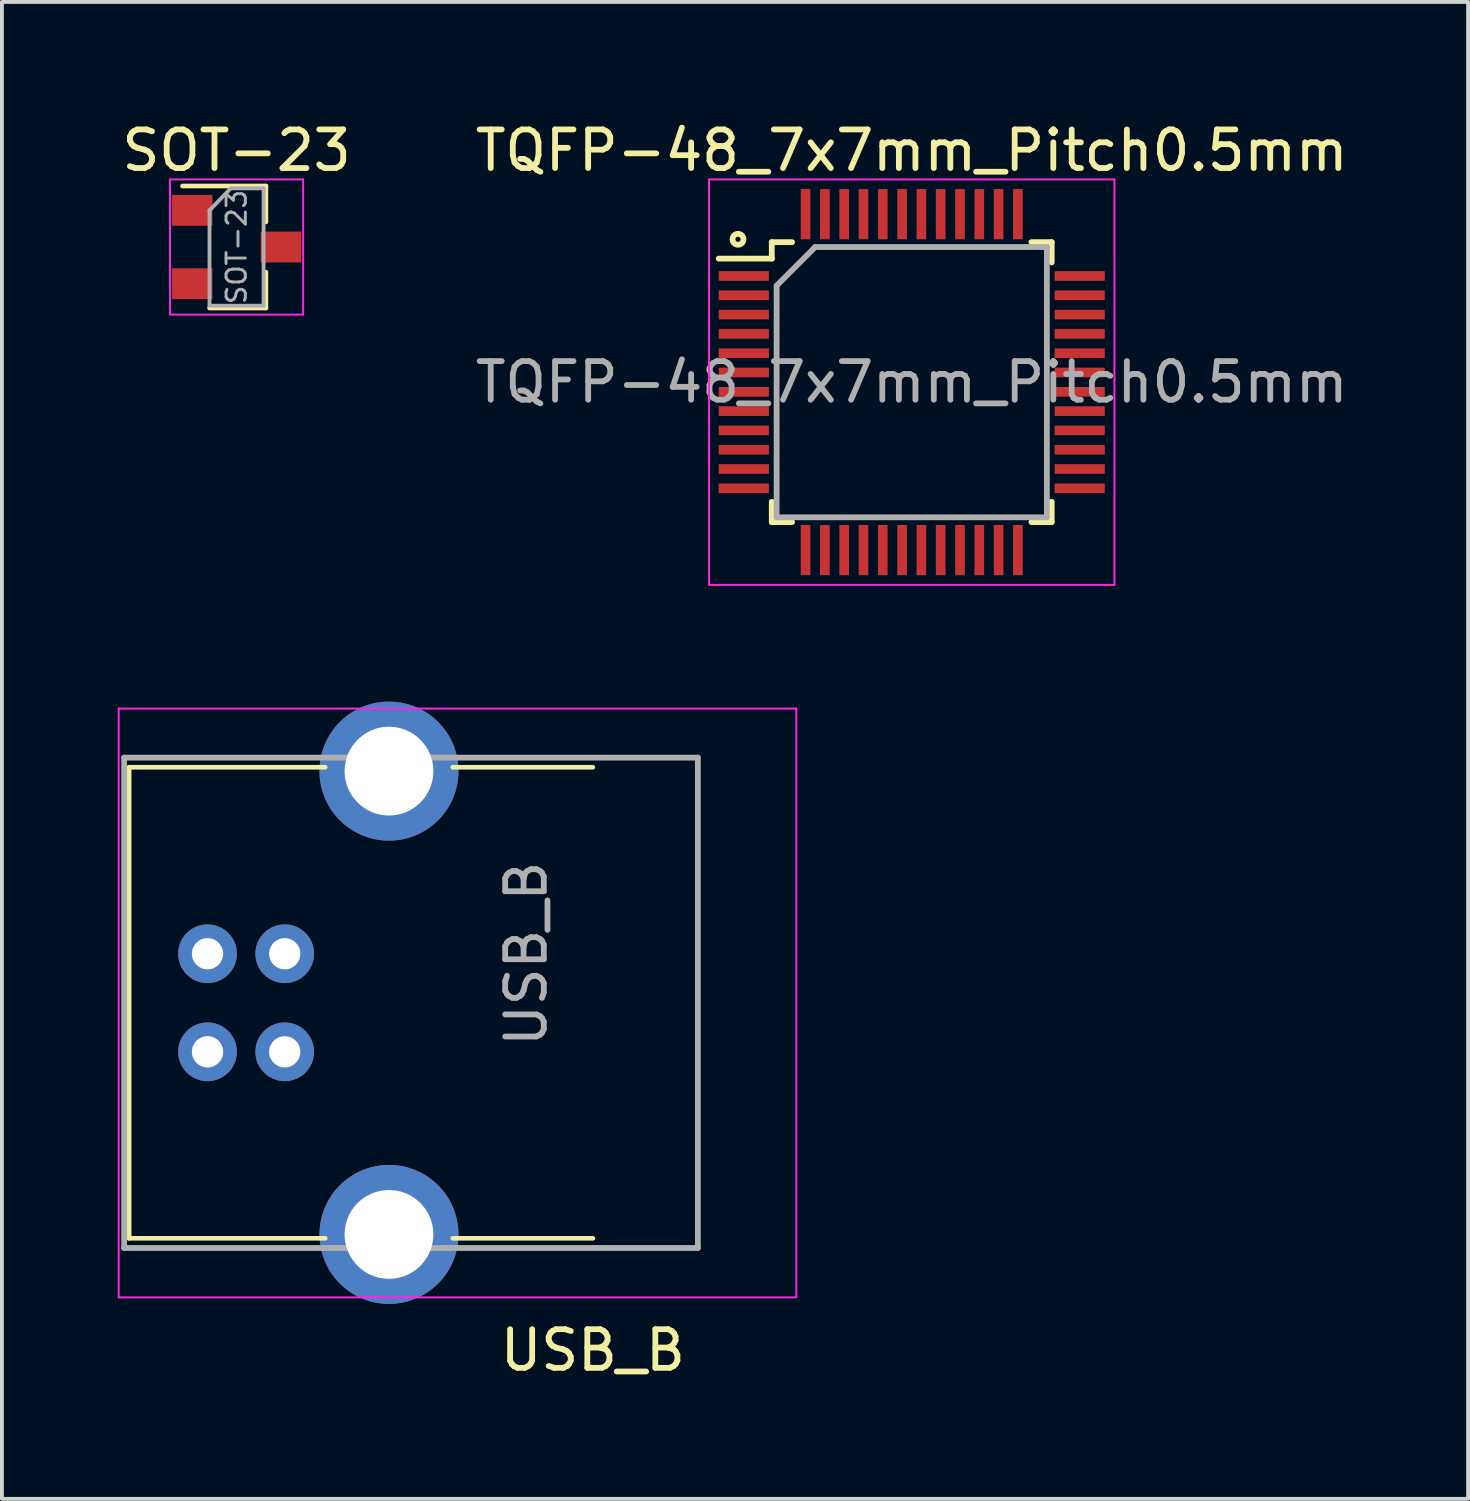
<source format=kicad_pcb>
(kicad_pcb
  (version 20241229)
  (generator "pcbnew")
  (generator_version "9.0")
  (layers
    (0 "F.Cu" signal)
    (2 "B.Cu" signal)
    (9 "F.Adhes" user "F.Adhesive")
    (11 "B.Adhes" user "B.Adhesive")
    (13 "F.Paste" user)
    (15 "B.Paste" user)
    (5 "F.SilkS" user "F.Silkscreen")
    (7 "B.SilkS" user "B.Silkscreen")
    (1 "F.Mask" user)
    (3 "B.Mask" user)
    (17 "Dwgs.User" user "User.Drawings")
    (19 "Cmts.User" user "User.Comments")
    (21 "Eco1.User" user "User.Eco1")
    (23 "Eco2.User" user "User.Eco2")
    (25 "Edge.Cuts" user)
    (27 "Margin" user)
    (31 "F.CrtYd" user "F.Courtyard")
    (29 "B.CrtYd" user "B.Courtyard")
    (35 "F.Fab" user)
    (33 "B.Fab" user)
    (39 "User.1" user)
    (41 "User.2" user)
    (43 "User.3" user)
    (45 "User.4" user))
  (footprint "TQFP-48_7x7mm_Pitch0.5mm"
    (layer "F.Cu")
    (at 20.565 6.848)
    (property "Reference" "TQFP-48_7x7mm_Pitch0.5mm" (at 0 -6 0) (layer "F.SilkS") (effects (font (size 1 1) (thickness 0.15))))
    (attr smd)
    (fp_line (start -3.625 -3.625) (end -3.625 -3.2) (stroke (width 0.15) (type solid)) (layer "F.SilkS"))
    (fp_line (start -3.625 -3.625) (end -3.1 -3.625) (stroke (width 0.15) (type solid)) (layer "F.SilkS"))
    (fp_line (start -3.625 -3.2) (end -5 -3.2) (stroke (width 0.15) (type solid)) (layer "F.SilkS"))
    (fp_line (start -3.625 3.625) (end -3.625 3.1) (stroke (width 0.15) (type solid)) (layer "F.SilkS"))
    (fp_line (start -3.625 3.625) (end -3.1 3.625) (stroke (width 0.15) (type solid)) (layer "F.SilkS"))
    (fp_line (start 3.625 -3.625) (end 3.1 -3.625) (stroke (width 0.15) (type solid)) (layer "F.SilkS"))
    (fp_line (start 3.625 -3.625) (end 3.625 -3.1) (stroke (width 0.15) (type solid)) (layer "F.SilkS"))
    (fp_line (start 3.625 3.625) (end 3.1 3.625) (stroke (width 0.15) (type solid)) (layer "F.SilkS"))
    (fp_line (start 3.625 3.625) (end 3.625 3.1) (stroke (width 0.15) (type solid)) (layer "F.SilkS"))
    (fp_circle (center -4.5 -3.7) (end -4.4 -3.6) (stroke (width 0.15) (type solid)) (fill no) (layer "F.SilkS"))
    (fp_line (start -5.25 -5.25) (end -5.25 5.25) (stroke (width 0.05) (type solid)) (layer "F.CrtYd"))
    (fp_line (start -5.25 -5.25) (end 5.25 -5.25) (stroke (width 0.05) (type solid)) (layer "F.CrtYd"))
    (fp_line (start -5.25 5.25) (end 5.25 5.25) (stroke (width 0.05) (type solid)) (layer "F.CrtYd"))
    (fp_line (start 5.25 -5.25) (end 5.25 5.25) (stroke (width 0.05) (type solid)) (layer "F.CrtYd"))
    (fp_line (start -3.5 -2.5) (end -2.5 -3.5) (stroke (width 0.15) (type solid)) (layer "F.Fab"))
    (fp_line (start -3.5 3.5) (end -3.5 -2.5) (stroke (width 0.15) (type solid)) (layer "F.Fab"))
    (fp_line (start -2.5 -3.5) (end 3.5 -3.5) (stroke (width 0.15) (type solid)) (layer "F.Fab"))
    (fp_line (start 3.5 -3.5) (end 3.5 3.5) (stroke (width 0.15) (type solid)) (layer "F.Fab"))
    (fp_line (start 3.5 3.5) (end -3.5 3.5) (stroke (width 0.15) (type solid)) (layer "F.Fab"))
    (fp_text user "${REFERENCE}" (at 0 0 0) (layer "F.Fab") (effects (font (size 1 1) (thickness 0.15))))
    (pad "1" smd rect (at -4.35 -2.75) (size 1.3 0.25) (layers "F.Cu" "F.Mask" "F.Paste"))
    (pad "2" smd rect (at -4.35 -2.25) (size 1.3 0.25) (layers "F.Cu" "F.Mask" "F.Paste"))
    (pad "3" smd rect (at -4.35 -1.75) (size 1.3 0.25) (layers "F.Cu" "F.Mask" "F.Paste"))
    (pad "4" smd rect (at -4.35 -1.25) (size 1.3 0.25) (layers "F.Cu" "F.Mask" "F.Paste"))
    (pad "5" smd rect (at -4.35 -0.75) (size 1.3 0.25) (layers "F.Cu" "F.Mask" "F.Paste"))
    (pad "6" smd rect (at -4.35 -0.25) (size 1.3 0.25) (layers "F.Cu" "F.Mask" "F.Paste"))
    (pad "7" smd rect (at -4.35 0.25) (size 1.3 0.25) (layers "F.Cu" "F.Mask" "F.Paste"))
    (pad "8" smd rect (at -4.35 0.75) (size 1.3 0.25) (layers "F.Cu" "F.Mask" "F.Paste"))
    (pad "9" smd rect (at -4.35 1.25) (size 1.3 0.25) (layers "F.Cu" "F.Mask" "F.Paste"))
    (pad "10" smd rect (at -4.35 1.75) (size 1.3 0.25) (layers "F.Cu" "F.Mask" "F.Paste"))
    (pad "11" smd rect (at -4.35 2.25) (size 1.3 0.25) (layers "F.Cu" "F.Mask" "F.Paste"))
    (pad "12" smd rect (at -4.35 2.75) (size 1.3 0.25) (layers "F.Cu" "F.Mask" "F.Paste"))
    (pad "13" smd rect (at -2.75 4.35 90) (size 1.3 0.25) (layers "F.Cu" "F.Mask" "F.Paste"))
    (pad "14" smd rect (at -2.25 4.35 90) (size 1.3 0.25) (layers "F.Cu" "F.Mask" "F.Paste"))
    (pad "15" smd rect (at -1.75 4.35 90) (size 1.3 0.25) (layers "F.Cu" "F.Mask" "F.Paste"))
    (pad "16" smd rect (at -1.25 4.35 90) (size 1.3 0.25) (layers "F.Cu" "F.Mask" "F.Paste"))
    (pad "17" smd rect (at -0.75 4.35 90) (size 1.3 0.25) (layers "F.Cu" "F.Mask" "F.Paste"))
    (pad "18" smd rect (at -0.25 4.35 90) (size 1.3 0.25) (layers "F.Cu" "F.Mask" "F.Paste"))
    (pad "19" smd rect (at 0.25 4.35 90) (size 1.3 0.25) (layers "F.Cu" "F.Mask" "F.Paste"))
    (pad "20" smd rect (at 0.75 4.35 90) (size 1.3 0.25) (layers "F.Cu" "F.Mask" "F.Paste"))
    (pad "21" smd rect (at 1.25 4.35 90) (size 1.3 0.25) (layers "F.Cu" "F.Mask" "F.Paste"))
    (pad "22" smd rect (at 1.75 4.35 90) (size 1.3 0.25) (layers "F.Cu" "F.Mask" "F.Paste"))
    (pad "23" smd rect (at 2.25 4.35 90) (size 1.3 0.25) (layers "F.Cu" "F.Mask" "F.Paste"))
    (pad "24" smd rect (at 2.75 4.35 90) (size 1.3 0.25) (layers "F.Cu" "F.Mask" "F.Paste"))
    (pad "25" smd rect (at 4.35 2.75) (size 1.3 0.25) (layers "F.Cu" "F.Mask" "F.Paste"))
    (pad "26" smd rect (at 4.35 2.25) (size 1.3 0.25) (layers "F.Cu" "F.Mask" "F.Paste"))
    (pad "27" smd rect (at 4.35 1.75) (size 1.3 0.25) (layers "F.Cu" "F.Mask" "F.Paste"))
    (pad "28" smd rect (at 4.35 1.25) (size 1.3 0.25) (layers "F.Cu" "F.Mask" "F.Paste"))
    (pad "29" smd rect (at 4.35 0.75) (size 1.3 0.25) (layers "F.Cu" "F.Mask" "F.Paste"))
    (pad "30" smd rect (at 4.35 0.25) (size 1.3 0.25) (layers "F.Cu" "F.Mask" "F.Paste"))
    (pad "31" smd rect (at 4.35 -0.25) (size 1.3 0.25) (layers "F.Cu" "F.Mask" "F.Paste"))
    (pad "32" smd rect (at 4.35 -0.75) (size 1.3 0.25) (layers "F.Cu" "F.Mask" "F.Paste"))
    (pad "33" smd rect (at 4.35 -1.25) (size 1.3 0.25) (layers "F.Cu" "F.Mask" "F.Paste"))
    (pad "34" smd rect (at 4.35 -1.75) (size 1.3 0.25) (layers "F.Cu" "F.Mask" "F.Paste"))
    (pad "35" smd rect (at 4.35 -2.25) (size 1.3 0.25) (layers "F.Cu" "F.Mask" "F.Paste"))
    (pad "36" smd rect (at 4.35 -2.75) (size 1.3 0.25) (layers "F.Cu" "F.Mask" "F.Paste"))
    (pad "37" smd rect (at 2.75 -4.35 90) (size 1.3 0.25) (layers "F.Cu" "F.Mask" "F.Paste"))
    (pad "38" smd rect (at 2.25 -4.35 90) (size 1.3 0.25) (layers "F.Cu" "F.Mask" "F.Paste"))
    (pad "39" smd rect (at 1.75 -4.35 90) (size 1.3 0.25) (layers "F.Cu" "F.Mask" "F.Paste"))
    (pad "40" smd rect (at 1.25 -4.35 90) (size 1.3 0.25) (layers "F.Cu" "F.Mask" "F.Paste"))
    (pad "41" smd rect (at 0.75 -4.35 90) (size 1.3 0.25) (layers "F.Cu" "F.Mask" "F.Paste"))
    (pad "42" smd rect (at 0.25 -4.35 90) (size 1.3 0.25) (layers "F.Cu" "F.Mask" "F.Paste"))
    (pad "43" smd rect (at -0.25 -4.35 90) (size 1.3 0.25) (layers "F.Cu" "F.Mask" "F.Paste"))
    (pad "44" smd rect (at -0.75 -4.35 90) (size 1.3 0.25) (layers "F.Cu" "F.Mask" "F.Paste"))
    (pad "45" smd rect (at -1.25 -4.35 90) (size 1.3 0.25) (layers "F.Cu" "F.Mask" "F.Paste"))
    (pad "46" smd rect (at -1.75 -4.35 90) (size 1.3 0.25) (layers "F.Cu" "F.Mask" "F.Paste"))
    (pad "47" smd rect (at -2.25 -4.35 90) (size 1.3 0.25) (layers "F.Cu" "F.Mask" "F.Paste"))
    (pad "48" smd rect (at -2.75 -4.35 90) (size 1.3 0.25) (layers "F.Cu" "F.Mask" "F.Paste")))
  (footprint "USB_B"
    (layer "F.Cu")
    (at 17.305 22.923)
    (property "Reference" "USB_B" (at -5 9 180) (layer "F.SilkS") (effects (font (size 1 1) (thickness 0.15))))
    (attr through_hole)
    (fp_line (start -17.01 -6.1) (end -11.93 -6.1) (stroke (width 0.12) (type solid)) (layer "F.SilkS"))
    (fp_line (start -17.01 6.1) (end -17.01 -6.1) (stroke (width 0.12) (type solid)) (layer "F.SilkS"))
    (fp_line (start -17.01 6.1) (end -11.93 6.1) (stroke (width 0.12) (type solid)) (layer "F.SilkS"))
    (fp_line (start -8.63 -6.1) (end -5 -6.1) (stroke (width 0.12) (type solid)) (layer "F.SilkS"))
    (fp_line (start -8.63 6.1) (end -5 6.1) (stroke (width 0.12) (type solid)) (layer "F.SilkS"))
    (fp_line (start -17.28 -7.62) (end 0.27 -7.62) (stroke (width 0.05) (type solid)) (layer "F.CrtYd"))
    (fp_line (start -17.28 7.63) (end -17.28 -7.62) (stroke (width 0.05) (type solid)) (layer "F.CrtYd"))
    (fp_line (start 0.27 -7.62) (end 0.27 7.63) (stroke (width 0.05) (type solid)) (layer "F.CrtYd"))
    (fp_line (start 0.27 7.63) (end -17.28 7.63) (stroke (width 0.05) (type solid)) (layer "F.CrtYd"))
    (fp_line (start -17.139 -6.35) (end -2.28 -6.35) (stroke (width 0.15) (type solid)) (layer "F.Fab"))
    (fp_line (start -17.139 6.35) (end -17.139 -6.35) (stroke (width 0.15) (type solid)) (layer "F.Fab"))
    (fp_line (start -2.28 -6.35) (end -2.28 6.35) (stroke (width 0.15) (type solid)) (layer "F.Fab"))
    (fp_line (start -2.28 6.35) (end -17.139 6.35) (stroke (width 0.15) (type solid)) (layer "F.Fab"))
    (fp_text user "${REFERENCE}" (at -6.725 -1.27 90) (layer "F.Fab") (effects (font (size 1 1) (thickness 0.15))))
    (pad "1" thru_hole circle (at -14.98 -1.27 270) (size 1.52 1.52) (drill 0.81) (layers "*.Cu" "*.Mask"))
    (pad "2" thru_hole circle (at -14.98 1.27 270) (size 1.52 1.52) (drill 0.81) (layers "*.Cu" "*.Mask"))
    (pad "3" thru_hole circle (at -12.98 1.27 270) (size 1.52 1.52) (drill 0.81) (layers "*.Cu" "*.Mask"))
    (pad "4" thru_hole circle (at -12.98 -1.27 270) (size 1.52 1.52) (drill 0.81) (layers "*.Cu" "*.Mask"))
    (pad "5" thru_hole circle (at -10.28 -6 270) (size 3.6 3.6) (drill 2.3) (layers "*.Cu" "*.Mask"))
    (pad "5" thru_hole circle (at -10.28 6 270) (size 3.6 3.6) (drill 2.3) (layers "*.Cu" "*.Mask")))
  (footprint "SOT-23"
    (layer "F.Cu")
    (at 3.077 3.348)
    (property "Reference" "SOT-23" (at 0 -2.5 0) (layer "F.SilkS") (effects (font (size 1 1) (thickness 0.15))))
    (attr smd)
    (fp_line (start 0.76 -1.58) (end -1.4 -1.58) (stroke (width 0.12) (type solid)) (layer "F.SilkS"))
    (fp_line (start 0.76 -1.58) (end 0.76 -0.65) (stroke (width 0.12) (type solid)) (layer "F.SilkS"))
    (fp_line (start 0.76 1.58) (end -0.7 1.58) (stroke (width 0.12) (type solid)) (layer "F.SilkS"))
    (fp_line (start 0.76 1.58) (end 0.76 0.65) (stroke (width 0.12) (type solid)) (layer "F.SilkS"))
    (fp_line (start -1.725 -1.75) (end 1.725 -1.75) (stroke (width 0.05) (type solid)) (layer "F.CrtYd"))
    (fp_line (start -1.725 1.75) (end -1.725 -1.75) (stroke (width 0.05) (type solid)) (layer "F.CrtYd"))
    (fp_line (start 1.725 -1.75) (end 1.725 1.75) (stroke (width 0.05) (type solid)) (layer "F.CrtYd"))
    (fp_line (start 1.725 1.75) (end -1.725 1.75) (stroke (width 0.05) (type solid)) (layer "F.CrtYd"))
    (fp_line (start -0.7 -0.95) (end -0.7 1.5) (stroke (width 0.1) (type solid)) (layer "F.Fab"))
    (fp_line (start -0.7 -0.95) (end -0.15 -1.52) (stroke (width 0.1) (type solid)) (layer "F.Fab"))
    (fp_line (start -0.7 1.52) (end 0.7 1.52) (stroke (width 0.1) (type solid)) (layer "F.Fab"))
    (fp_line (start -0.15 -1.52) (end 0.7 -1.52) (stroke (width 0.1) (type solid)) (layer "F.Fab"))
    (fp_line (start 0.7 -1.52) (end 0.7 1.52) (stroke (width 0.1) (type solid)) (layer "F.Fab"))
    (fp_text user "${REFERENCE}" (at 0 0 90) (layer "F.Fab") (effects (font (size 0.5 0.5) (thickness 0.075))))
    (pad "1" smd rect (at -1.15 -0.95) (size 1.05 0.8) (layers "F.Cu" "F.Mask" "F.Paste"))
    (pad "2" smd rect (at -1.15 0.95) (size 1.05 0.8) (layers "F.Cu" "F.Mask" "F.Paste"))
    (pad "3" smd rect (at 1.15 0) (size 1.05 0.8) (layers "F.Cu" "F.Mask" "F.Paste")))
  (gr_rect
    (start -3 -3)
    (end 34.976 35.772)
    (stroke (width 0.1) (type default))
    (fill no)
    (layer "Edge.Cuts")))
</source>
